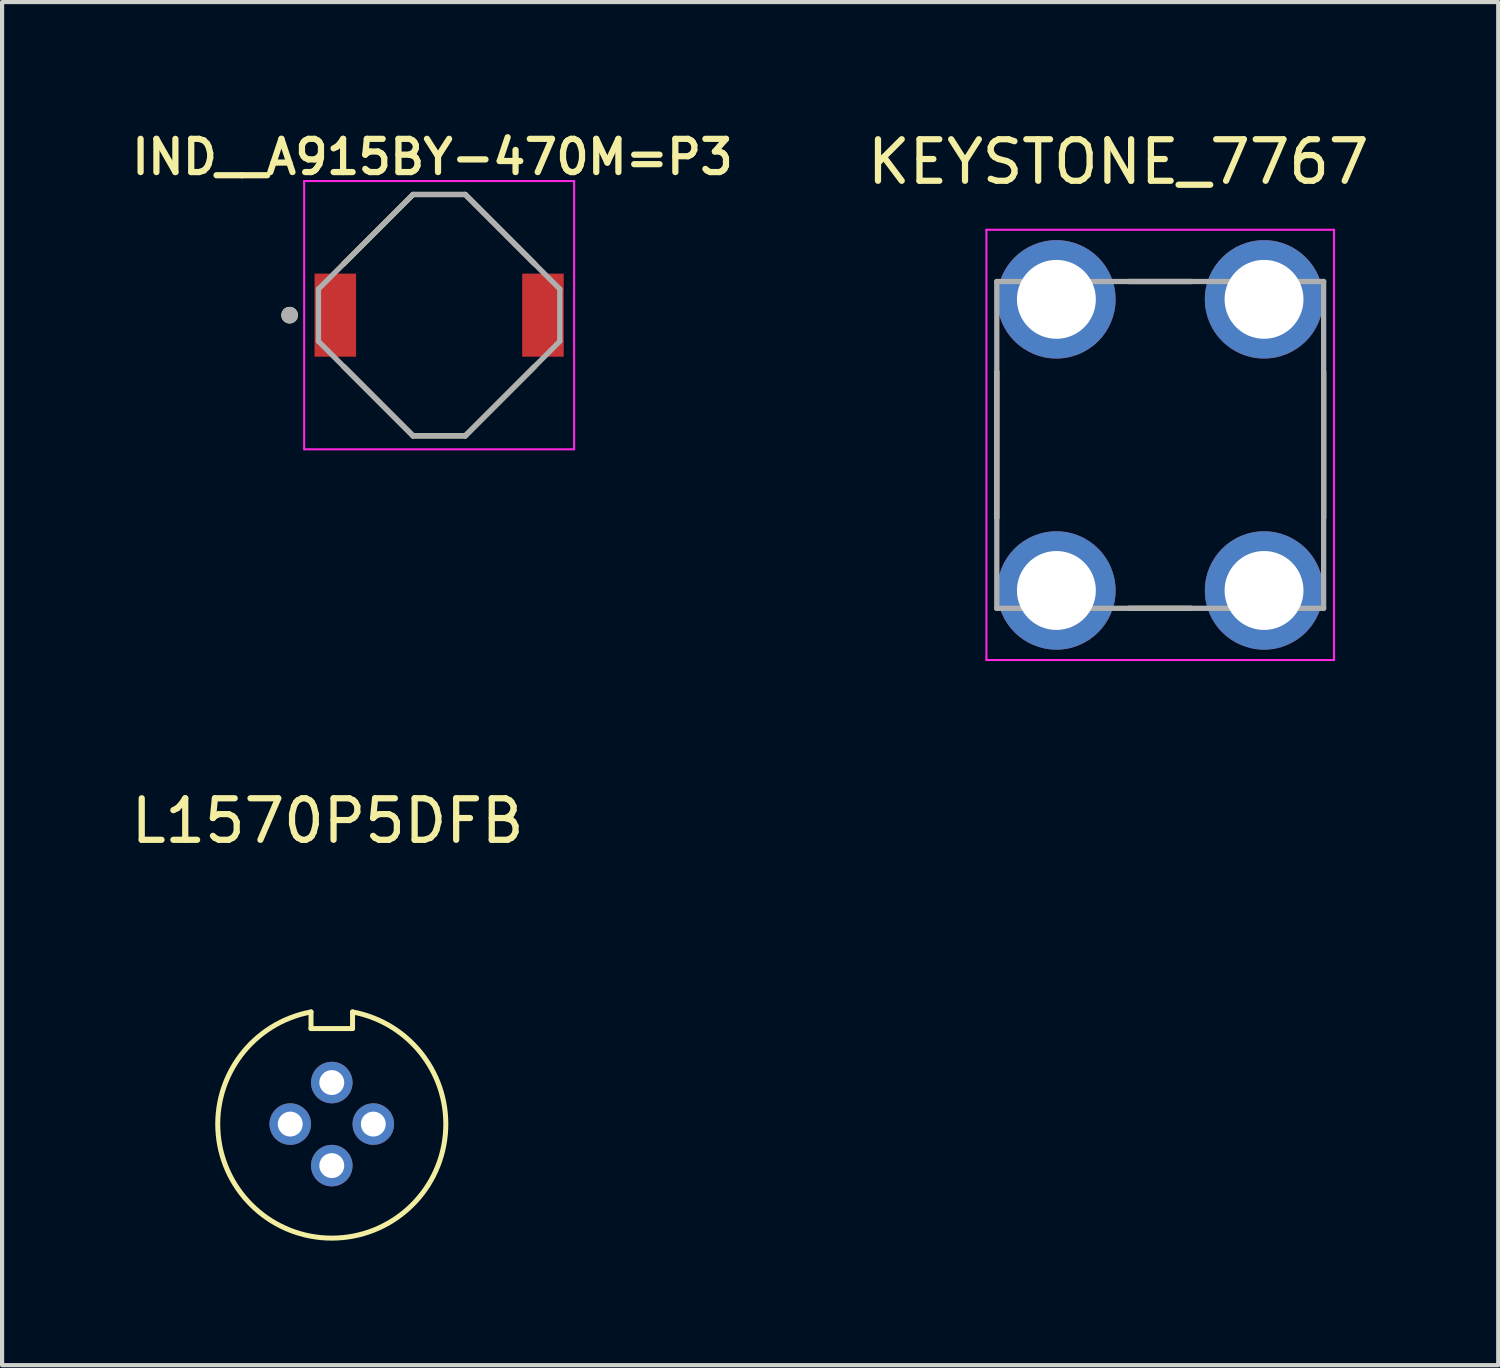
<source format=kicad_pcb>
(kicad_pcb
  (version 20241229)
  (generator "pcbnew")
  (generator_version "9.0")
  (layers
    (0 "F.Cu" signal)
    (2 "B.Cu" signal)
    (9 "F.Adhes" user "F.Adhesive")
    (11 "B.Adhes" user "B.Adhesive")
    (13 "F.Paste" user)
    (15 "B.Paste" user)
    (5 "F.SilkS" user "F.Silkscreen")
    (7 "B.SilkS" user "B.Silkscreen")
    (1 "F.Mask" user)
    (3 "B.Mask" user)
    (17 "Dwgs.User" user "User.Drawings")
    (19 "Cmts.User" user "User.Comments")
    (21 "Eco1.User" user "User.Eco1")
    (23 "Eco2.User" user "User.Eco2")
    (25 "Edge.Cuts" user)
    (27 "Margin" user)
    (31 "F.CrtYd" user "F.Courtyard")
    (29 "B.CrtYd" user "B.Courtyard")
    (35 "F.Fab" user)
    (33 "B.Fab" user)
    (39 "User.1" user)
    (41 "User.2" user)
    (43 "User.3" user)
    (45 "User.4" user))
  (footprint "IND__A915BY-470M=P3"
    (layer "F.Cu")
    (at 7.524 4.539)
    (property "Reference" "IND__A915BY-470M=P3" (at -0.16 -3.808 0) (layer "F.SilkS") (effects (font (size 0.8 0.8) (thickness 0.15))))
    (attr smd)
    (fp_line (start -2.299 -1.236) (end -0.629 -2.906) (stroke (width 0.127) (type solid)) (layer "F.SilkS"))
    (fp_line (start -2.299 1.236) (end -0.629 2.906) (stroke (width 0.127) (type solid)) (layer "F.SilkS"))
    (fp_line (start -0.629 -2.906) (end 0.629 -2.906) (stroke (width 0.127) (type solid)) (layer "F.SilkS"))
    (fp_line (start -0.629 2.906) (end 0.629 2.906) (stroke (width 0.127) (type solid)) (layer "F.SilkS"))
    (fp_line (start 0.629 -2.906) (end 2.299 -1.236) (stroke (width 0.127) (type solid)) (layer "F.SilkS"))
    (fp_line (start 0.629 2.906) (end 2.299 1.236) (stroke (width 0.127) (type solid)) (layer "F.SilkS"))
    (fp_circle (center -3.6 0) (end -3.5 0) (stroke (width 0.2) (type solid)) (fill no) (layer "F.SilkS"))
    (fp_line (start -3.25 -3.23) (end 3.25 -3.23) (stroke (width 0.05) (type solid)) (layer "F.CrtYd"))
    (fp_line (start -3.25 3.23) (end -3.25 -3.23) (stroke (width 0.05) (type solid)) (layer "F.CrtYd"))
    (fp_line (start 3.25 -3.23) (end 3.25 3.23) (stroke (width 0.05) (type solid)) (layer "F.CrtYd"))
    (fp_line (start 3.25 3.23) (end -3.25 3.23) (stroke (width 0.05) (type solid)) (layer "F.CrtYd"))
    (fp_line (start -2.906 -0.629) (end -2.906 0.629) (stroke (width 0.127) (type solid)) (layer "F.Fab"))
    (fp_line (start -2.906 -0.629) (end -0.629 -2.906) (stroke (width 0.127) (type solid)) (layer "F.Fab"))
    (fp_line (start -0.629 2.906) (end -2.906 0.629) (stroke (width 0.127) (type solid)) (layer "F.Fab"))
    (fp_line (start -0.629 2.906) (end 0.629 2.906) (stroke (width 0.127) (type solid)) (layer "F.Fab"))
    (fp_line (start 0.629 -2.906) (end -0.629 -2.906) (stroke (width 0.127) (type solid)) (layer "F.Fab"))
    (fp_line (start 0.629 -2.906) (end 2.906 -0.629) (stroke (width 0.127) (type solid)) (layer "F.Fab"))
    (fp_line (start 2.906 0.629) (end 0.629 2.906) (stroke (width 0.127) (type solid)) (layer "F.Fab"))
    (fp_line (start 2.906 0.629) (end 2.906 -0.629) (stroke (width 0.127) (type solid)) (layer "F.Fab"))
    (fp_circle (center -3.6 0) (end -3.5 0) (stroke (width 0.2) (type solid)) (fill no) (layer "F.Fab"))
    (pad "1" smd rect (at -2.5 0) (size 1 2) (layers "F.Cu" "F.Mask" "F.Paste"))
    (pad "2" smd rect (at 2.5 0) (size 1 2) (layers "F.Cu" "F.Mask" "F.Paste")))
  (footprint "KEYSTONE_7767"
    (layer "F.Cu")
    (at 24.887 7.663)
    (property "Reference" "KEYSTONE_7767" (at -1.01 -6.815 0) (layer "F.SilkS") (effects (font (size 1 1) (thickness 0.15))))
    (attr through_hole)
    (fp_line (start -3.935 -1.76) (end -3.935 1.76) (stroke (width 0.127) (type solid)) (layer "F.SilkS"))
    (fp_line (start -0.755 -3.935) (end 0.755 -3.935) (stroke (width 0.127) (type solid)) (layer "F.SilkS"))
    (fp_line (start -0.755 3.935) (end 0.755 3.935) (stroke (width 0.127) (type solid)) (layer "F.SilkS"))
    (fp_line (start 3.935 -1.76) (end 3.935 1.76) (stroke (width 0.127) (type solid)) (layer "F.SilkS"))
    (fp_line (start -4.185 -5.18) (end -4.185 5.18) (stroke (width 0.05) (type solid)) (layer "F.CrtYd"))
    (fp_line (start -4.185 5.18) (end 4.185 5.18) (stroke (width 0.05) (type solid)) (layer "F.CrtYd"))
    (fp_line (start 4.185 -5.18) (end -4.185 -5.18) (stroke (width 0.05) (type solid)) (layer "F.CrtYd"))
    (fp_line (start 4.185 5.18) (end 4.185 -5.18) (stroke (width 0.05) (type solid)) (layer "F.CrtYd"))
    (fp_line (start -3.935 -3.935) (end -3.935 3.935) (stroke (width 0.127) (type solid)) (layer "F.Fab"))
    (fp_line (start -3.935 3.935) (end 3.935 3.935) (stroke (width 0.127) (type solid)) (layer "F.Fab"))
    (fp_line (start 3.935 -3.935) (end -3.935 -3.935) (stroke (width 0.127) (type solid)) (layer "F.Fab"))
    (fp_line (start 3.935 3.935) (end 3.935 -3.935) (stroke (width 0.127) (type solid)) (layer "F.Fab"))
    (pad "1" thru_hole circle (at -2.5 3.505) (size 2.85 2.85) (drill 1.9) (layers "*.Cu" "*.Mask"))
    (pad "2" thru_hole circle (at 2.5 3.505) (size 2.85 2.85) (drill 1.9) (layers "*.Cu" "*.Mask"))
    (pad "3" thru_hole circle (at 2.5 -3.505) (size 2.85 2.85) (drill 1.9) (layers "*.Cu" "*.Mask"))
    (pad "4" thru_hole circle (at -2.5 -3.505) (size 2.85 2.85) (drill 1.9) (layers "*.Cu" "*.Mask")))
  (footprint "L1570P5DFB"
    (layer "F.Cu")
    (at 4.939 24.017)
    (property "Reference" "L1570P5DFB" (at -0.1 -7.3 0) (unlocked yes) (layer "F.SilkS") (effects (font (size 1 1) (thickness 0.15))))
    (attr through_hole)
    (fp_line (start -0.5 -2.7) (end -0.5 -2.3) (stroke (width 0.12) (type default)) (layer "F.SilkS"))
    (fp_line (start -0.5 -2.3) (end 0.5 -2.3) (stroke (width 0.12) (type default)) (layer "F.SilkS"))
    (fp_line (start 0.5 -2.3) (end 0.5 -2.7) (stroke (width 0.12) (type default)) (layer "F.SilkS"))
    (fp_arc (start 0.5 -2.7) (mid 0 2.745906) (end -0.5 -2.7) (stroke (width 0.12) (type default)) (layer "F.SilkS"))
    (pad "1" thru_hole circle (at 1 0) (size 1 1) (drill 0.6) (layers "*.Cu" "*.Mask"))
    (pad "2" thru_hole circle (at -1 0) (size 1 1) (drill 0.6) (layers "*.Cu" "*.Mask"))
    (pad "3" thru_hole circle (at 0 -1) (size 1 1) (drill 0.6) (layers "*.Cu" "*.Mask"))
    (pad "4" thru_hole circle (at 0 1) (size 1 1) (drill 0.6) (layers "*.Cu" "*.Mask")))
  (gr_rect
    (start -3 -3)
    (end 33.026 29.822)
    (stroke (width 0.1) (type default))
    (fill no)
    (layer "Edge.Cuts")))
</source>
